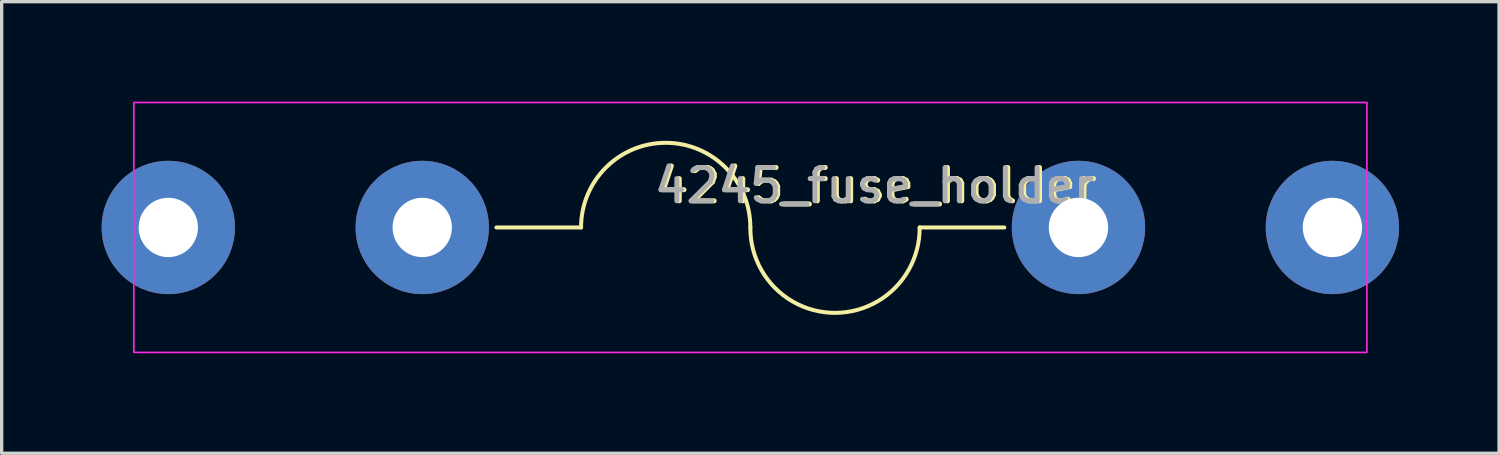
<source format=kicad_pcb>
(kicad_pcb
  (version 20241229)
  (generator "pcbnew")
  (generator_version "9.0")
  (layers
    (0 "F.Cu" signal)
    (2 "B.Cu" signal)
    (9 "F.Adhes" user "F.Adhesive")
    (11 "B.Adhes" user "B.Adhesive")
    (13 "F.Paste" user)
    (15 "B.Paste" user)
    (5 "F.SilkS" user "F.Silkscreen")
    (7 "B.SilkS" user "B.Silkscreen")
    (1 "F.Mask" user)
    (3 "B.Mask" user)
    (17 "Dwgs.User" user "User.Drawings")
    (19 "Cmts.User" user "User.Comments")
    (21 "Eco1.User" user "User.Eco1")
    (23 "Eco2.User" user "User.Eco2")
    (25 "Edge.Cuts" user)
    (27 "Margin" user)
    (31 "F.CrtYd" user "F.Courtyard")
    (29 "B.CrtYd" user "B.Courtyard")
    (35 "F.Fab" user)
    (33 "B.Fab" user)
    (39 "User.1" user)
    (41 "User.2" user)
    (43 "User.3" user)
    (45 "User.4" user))
  (footprint "4245_fuse_holder"
    (layer "F.Cu")
    (at 19.465 3.775)
    (property "Reference" "4245_fuse_holder" (at 3.795 -1.254 0) (unlocked yes) (layer "F.SilkS") (effects (font (size 1 1) (thickness 0.15))))
    (attr through_hole)
    (fp_line (start -5.08 0) (end -7.62 0) (stroke (width 0.12) (type solid)) (layer "F.SilkS"))
    (fp_line (start 5.08 0) (end 7.62 0) (stroke (width 0.12) (type solid)) (layer "F.SilkS"))
    (fp_arc (start -5.08 0) (mid -2.54 -2.54) (end 0 0) (stroke (width 0.12) (type solid)) (layer "F.SilkS"))
    (fp_arc (start 5.08 0) (mid 2.54 2.562113) (end 0 0) (stroke (width 0.12) (type solid)) (layer "F.SilkS"))
    (fp_rect (start -18.5 -3.75) (end 18.5 3.75) (stroke (width 0.05) (type solid)) (fill no) (layer "F.CrtYd"))
    (fp_text user "${REFERENCE}" (at 3.723 -1.254 0) (unlocked yes) (layer "F.Fab") (effects (font (size 1 1) (thickness 0.15))))
    (pad "1" thru_hole circle (at 9.845 0) (size 4 4) (drill 1.78) (layers "*.Cu" "*.Mask"))
    (pad "1" thru_hole circle (at 17.465 0) (size 4 4) (drill 1.78) (layers "*.Cu" "*.Mask"))
    (pad "2" thru_hole circle (at -17.465 0) (size 4 4) (drill 1.78) (layers "*.Cu" "*.Mask"))
    (pad "2" thru_hole circle (at -9.845 0) (size 4 4) (drill 1.78) (layers "*.Cu" "*.Mask")))
  (gr_rect
    (start -3 -3)
    (end 41.93 10.55)
    (stroke (width 0.1) (type default))
    (fill no)
    (layer "Edge.Cuts")))
</source>
